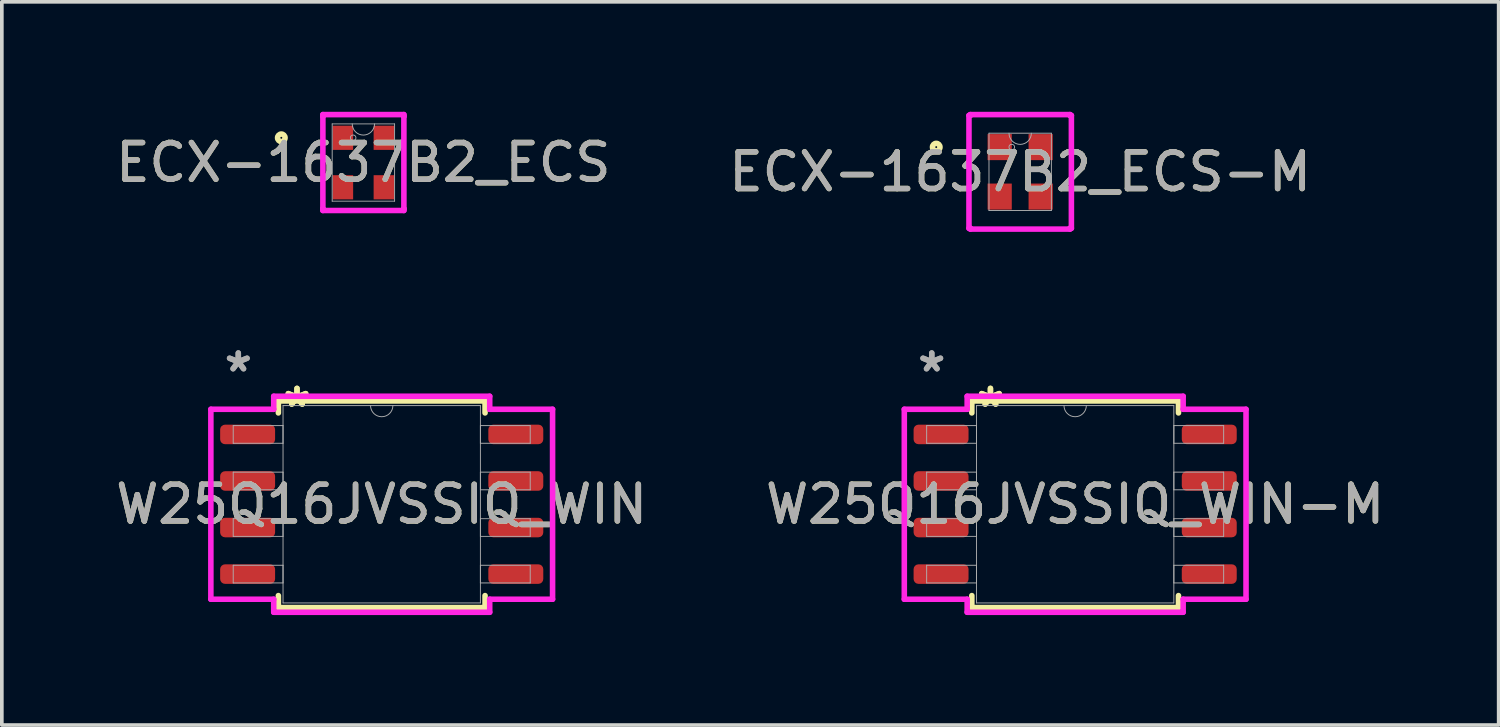
<source format=kicad_pcb>
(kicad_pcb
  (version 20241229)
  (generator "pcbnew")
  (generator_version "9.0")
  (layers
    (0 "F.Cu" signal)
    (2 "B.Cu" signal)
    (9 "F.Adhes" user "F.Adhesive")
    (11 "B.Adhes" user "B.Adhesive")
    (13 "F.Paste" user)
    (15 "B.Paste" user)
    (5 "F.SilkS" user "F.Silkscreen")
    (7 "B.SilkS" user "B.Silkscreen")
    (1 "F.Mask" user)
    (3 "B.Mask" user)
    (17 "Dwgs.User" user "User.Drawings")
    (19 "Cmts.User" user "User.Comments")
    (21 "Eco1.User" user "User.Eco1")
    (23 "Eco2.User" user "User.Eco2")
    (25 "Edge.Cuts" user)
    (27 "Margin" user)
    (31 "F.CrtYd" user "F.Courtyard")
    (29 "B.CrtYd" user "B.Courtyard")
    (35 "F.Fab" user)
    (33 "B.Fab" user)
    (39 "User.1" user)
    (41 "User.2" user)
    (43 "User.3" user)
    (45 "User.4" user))
  (footprint "W25Q16JVSSIQ_WIN-M"
    (layer "F.Cu")
    (at 26.28 10.706)
    (property "Reference" "W25Q16JVSSIQ_WIN-M" (at 0 0 0) (unlocked yes) (layer "F.SilkS") (effects (font (size 1 1) (thickness 0.15))))
    (attr smd)
    (fp_line (start -2.819 -2.819) (end -2.819 -2.492) (stroke (width 0.152) (type solid)) (layer "F.SilkS"))
    (fp_line (start -2.819 2.492) (end -2.819 2.819) (stroke (width 0.152) (type solid)) (layer "F.SilkS"))
    (fp_line (start -2.819 2.819) (end 2.819 2.819) (stroke (width 0.152) (type solid)) (layer "F.SilkS"))
    (fp_line (start 2.819 -2.819) (end -2.819 -2.819) (stroke (width 0.152) (type solid)) (layer "F.SilkS"))
    (fp_line (start 2.819 -2.492) (end 2.819 -2.819) (stroke (width 0.152) (type solid)) (layer "F.SilkS"))
    (fp_line (start 2.819 2.819) (end 2.819 2.492) (stroke (width 0.152) (type solid)) (layer "F.SilkS"))
    (fp_line (start -4.661 -2.591) (end -2.946 -2.591) (stroke (width 0.152) (type solid)) (layer "F.CrtYd"))
    (fp_line (start -4.661 2.591) (end -4.661 -2.591) (stroke (width 0.152) (type solid)) (layer "F.CrtYd"))
    (fp_line (start -4.661 2.591) (end -2.946 2.591) (stroke (width 0.152) (type solid)) (layer "F.CrtYd"))
    (fp_line (start -2.946 -2.946) (end 2.946 -2.946) (stroke (width 0.152) (type solid)) (layer "F.CrtYd"))
    (fp_line (start -2.946 -2.591) (end -2.946 -2.946) (stroke (width 0.152) (type solid)) (layer "F.CrtYd"))
    (fp_line (start -2.946 2.946) (end -2.946 2.591) (stroke (width 0.152) (type solid)) (layer "F.CrtYd"))
    (fp_line (start 2.946 -2.946) (end 2.946 -2.591) (stroke (width 0.152) (type solid)) (layer "F.CrtYd"))
    (fp_line (start 2.946 2.591) (end 2.946 2.946) (stroke (width 0.152) (type solid)) (layer "F.CrtYd"))
    (fp_line (start 2.946 2.946) (end -2.946 2.946) (stroke (width 0.152) (type solid)) (layer "F.CrtYd"))
    (fp_line (start 4.661 -2.591) (end 2.946 -2.591) (stroke (width 0.152) (type solid)) (layer "F.CrtYd"))
    (fp_line (start 4.661 -2.591) (end 4.661 2.591) (stroke (width 0.152) (type solid)) (layer "F.CrtYd"))
    (fp_line (start 4.661 2.591) (end 2.946 2.591) (stroke (width 0.152) (type solid)) (layer "F.CrtYd"))
    (fp_line (start -4.051 -2.146) (end -4.051 -1.664) (stroke (width 0.025) (type solid)) (layer "F.Fab"))
    (fp_line (start -4.051 -1.664) (end -2.692 -1.664) (stroke (width 0.025) (type solid)) (layer "F.Fab"))
    (fp_line (start -4.051 -0.876) (end -4.051 -0.394) (stroke (width 0.025) (type solid)) (layer "F.Fab"))
    (fp_line (start -4.051 -0.394) (end -2.692 -0.394) (stroke (width 0.025) (type solid)) (layer "F.Fab"))
    (fp_line (start -4.051 0.394) (end -4.051 0.876) (stroke (width 0.025) (type solid)) (layer "F.Fab"))
    (fp_line (start -4.051 0.876) (end -2.692 0.876) (stroke (width 0.025) (type solid)) (layer "F.Fab"))
    (fp_line (start -4.051 1.664) (end -4.051 2.146) (stroke (width 0.025) (type solid)) (layer "F.Fab"))
    (fp_line (start -4.051 2.146) (end -2.692 2.146) (stroke (width 0.025) (type solid)) (layer "F.Fab"))
    (fp_line (start -2.692 -2.692) (end -2.692 2.692) (stroke (width 0.025) (type solid)) (layer "F.Fab"))
    (fp_line (start -2.692 -2.146) (end -4.051 -2.146) (stroke (width 0.025) (type solid)) (layer "F.Fab"))
    (fp_line (start -2.692 -1.664) (end -2.692 -2.146) (stroke (width 0.025) (type solid)) (layer "F.Fab"))
    (fp_line (start -2.692 -0.876) (end -4.051 -0.876) (stroke (width 0.025) (type solid)) (layer "F.Fab"))
    (fp_line (start -2.692 -0.394) (end -2.692 -0.876) (stroke (width 0.025) (type solid)) (layer "F.Fab"))
    (fp_line (start -2.692 0.394) (end -4.051 0.394) (stroke (width 0.025) (type solid)) (layer "F.Fab"))
    (fp_line (start -2.692 0.876) (end -2.692 0.394) (stroke (width 0.025) (type solid)) (layer "F.Fab"))
    (fp_line (start -2.692 1.664) (end -4.051 1.664) (stroke (width 0.025) (type solid)) (layer "F.Fab"))
    (fp_line (start -2.692 2.146) (end -2.692 1.664) (stroke (width 0.025) (type solid)) (layer "F.Fab"))
    (fp_line (start -2.692 2.692) (end 2.692 2.692) (stroke (width 0.025) (type solid)) (layer "F.Fab"))
    (fp_line (start 2.692 -2.692) (end -2.692 -2.692) (stroke (width 0.025) (type solid)) (layer "F.Fab"))
    (fp_line (start 2.692 -2.146) (end 2.692 -1.664) (stroke (width 0.025) (type solid)) (layer "F.Fab"))
    (fp_line (start 2.692 -1.664) (end 4.051 -1.664) (stroke (width 0.025) (type solid)) (layer "F.Fab"))
    (fp_line (start 2.692 -0.876) (end 2.692 -0.394) (stroke (width 0.025) (type solid)) (layer "F.Fab"))
    (fp_line (start 2.692 -0.394) (end 4.051 -0.394) (stroke (width 0.025) (type solid)) (layer "F.Fab"))
    (fp_line (start 2.692 0.394) (end 2.692 0.876) (stroke (width 0.025) (type solid)) (layer "F.Fab"))
    (fp_line (start 2.692 0.876) (end 4.051 0.876) (stroke (width 0.025) (type solid)) (layer "F.Fab"))
    (fp_line (start 2.692 1.664) (end 2.692 2.146) (stroke (width 0.025) (type solid)) (layer "F.Fab"))
    (fp_line (start 2.692 2.146) (end 4.051 2.146) (stroke (width 0.025) (type solid)) (layer "F.Fab"))
    (fp_line (start 2.692 2.692) (end 2.692 -2.692) (stroke (width 0.025) (type solid)) (layer "F.Fab"))
    (fp_line (start 4.051 -2.146) (end 2.692 -2.146) (stroke (width 0.025) (type solid)) (layer "F.Fab"))
    (fp_line (start 4.051 -1.664) (end 4.051 -2.146) (stroke (width 0.025) (type solid)) (layer "F.Fab"))
    (fp_line (start 4.051 -0.876) (end 2.692 -0.876) (stroke (width 0.025) (type solid)) (layer "F.Fab"))
    (fp_line (start 4.051 -0.394) (end 4.051 -0.876) (stroke (width 0.025) (type solid)) (layer "F.Fab"))
    (fp_line (start 4.051 0.394) (end 2.692 0.394) (stroke (width 0.025) (type solid)) (layer "F.Fab"))
    (fp_line (start 4.051 0.876) (end 4.051 0.394) (stroke (width 0.025) (type solid)) (layer "F.Fab"))
    (fp_line (start 4.051 1.664) (end 2.692 1.664) (stroke (width 0.025) (type solid)) (layer "F.Fab"))
    (fp_line (start 4.051 2.146) (end 4.051 1.664) (stroke (width 0.025) (type solid)) (layer "F.Fab"))
    (fp_arc (start 0.3048 -2.6924) (mid 0 -2.3876) (end -0.3048 -2.6924) (stroke (width 0.0254) (type solid)) (layer "F.Fab"))
    (fp_text user "*" (at -2.311 -2.616 0) (layer "F.SilkS") (effects (font (size 1 1) (thickness 0.15))))
    (fp_text user "*" (at -2.311 -2.616 0) (unlocked yes) (layer "F.SilkS") (effects (font (size 1 1) (thickness 0.15))))
    (fp_text user "*" (at -3.912 -3.581 0) (layer "F.Fab") (effects (font (size 1 1) (thickness 0.15))))
    (fp_text user "${REFERENCE}" (at 0 0 0) (unlocked yes) (layer "F.Fab") (effects (font (size 1 1) (thickness 0.15))))
    (fp_text user "*" (at -3.912 -3.581 0) (unlocked yes) (layer "F.Fab") (effects (font (size 1 1) (thickness 0.15))))
    (pad "1" smd roundrect (at -3.658 -1.905) (size 1.499 0.533) (layers "F.Cu" "F.Mask" "F.Paste") (roundrect_rratio 0.25))
    (pad "2" smd roundrect (at -3.658 -0.635) (size 1.499 0.533) (layers "F.Cu" "F.Mask" "F.Paste") (roundrect_rratio 0.25))
    (pad "3" smd roundrect (at -3.658 0.635) (size 1.499 0.533) (layers "F.Cu" "F.Mask" "F.Paste") (roundrect_rratio 0.25))
    (pad "4" smd roundrect (at -3.658 1.905) (size 1.499 0.533) (layers "F.Cu" "F.Mask" "F.Paste") (roundrect_rratio 0.25))
    (pad "5" smd roundrect (at 3.658 1.905) (size 1.499 0.533) (layers "F.Cu" "F.Mask" "F.Paste") (roundrect_rratio 0.25))
    (pad "6" smd roundrect (at 3.658 0.635) (size 1.499 0.533) (layers "F.Cu" "F.Mask" "F.Paste") (roundrect_rratio 0.25))
    (pad "7" smd roundrect (at 3.658 -0.635) (size 1.499 0.533) (layers "F.Cu" "F.Mask" "F.Paste") (roundrect_rratio 0.25))
    (pad "8" smd roundrect (at 3.658 -1.905) (size 1.499 0.533) (layers "F.Cu" "F.Mask" "F.Paste") (roundrect_rratio 0.25)))
  (footprint "ECX-1637B2_ECS-M"
    (layer "F.Cu")
    (at 24.78 1.638)
    (property "Reference" "ECX-1637B2_ECS-M" (at 0 0 0) (unlocked yes) (layer "F.SilkS") (effects (font (size 1 1) (thickness 0.15))))
    (attr smd)
    (fp_circle (center -2.29 -0.675) (end -2.188 -0.675) (stroke (width 0.152) (type solid)) (fill no) (layer "F.SilkS"))
    (fp_line (start -1.397 -1.539) (end -1.359 -1.539) (stroke (width 0.152) (type solid)) (layer "F.CrtYd"))
    (fp_line (start -1.397 1.539) (end -1.397 -1.539) (stroke (width 0.152) (type solid)) (layer "F.CrtYd"))
    (fp_line (start -1.397 1.539) (end -1.359 1.539) (stroke (width 0.152) (type solid)) (layer "F.CrtYd"))
    (fp_line (start -1.359 -1.562) (end 1.359 -1.562) (stroke (width 0.152) (type solid)) (layer "F.CrtYd"))
    (fp_line (start -1.359 -1.539) (end -1.359 -1.562) (stroke (width 0.152) (type solid)) (layer "F.CrtYd"))
    (fp_line (start -1.359 1.562) (end -1.359 1.539) (stroke (width 0.152) (type solid)) (layer "F.CrtYd"))
    (fp_line (start 1.359 -1.562) (end 1.359 -1.539) (stroke (width 0.152) (type solid)) (layer "F.CrtYd"))
    (fp_line (start 1.359 1.539) (end 1.359 1.562) (stroke (width 0.152) (type solid)) (layer "F.CrtYd"))
    (fp_line (start 1.359 1.562) (end -1.359 1.562) (stroke (width 0.152) (type solid)) (layer "F.CrtYd"))
    (fp_line (start 1.397 -1.539) (end 1.359 -1.539) (stroke (width 0.152) (type solid)) (layer "F.CrtYd"))
    (fp_line (start 1.397 -1.539) (end 1.397 1.539) (stroke (width 0.152) (type solid)) (layer "F.CrtYd"))
    (fp_line (start 1.397 1.539) (end 1.359 1.539) (stroke (width 0.152) (type solid)) (layer "F.CrtYd"))
    (fp_line (start -0.851 -1.054) (end -0.851 1.054) (stroke (width 0.025) (type solid)) (layer "F.Fab"))
    (fp_line (start -0.851 1.054) (end 0.851 1.054) (stroke (width 0.025) (type solid)) (layer "F.Fab"))
    (fp_line (start 0.851 -1.054) (end -0.851 -1.054) (stroke (width 0.025) (type solid)) (layer "F.Fab"))
    (fp_line (start 0.851 1.054) (end 0.851 -1.054) (stroke (width 0.025) (type solid)) (layer "F.Fab"))
    (fp_arc (start 0.3048 -1.0541) (mid 0 -0.7493) (end -0.3048 -1.0541) (stroke (width 0.0254) (type solid)) (layer "F.Fab"))
    (fp_circle (center -0.229 -0.675) (end -0.152 -0.675) (stroke (width 0.025) (type solid)) (fill no) (layer "F.Fab"))
    (fp_text user "${REFERENCE}" (at 0 0 0) (unlocked yes) (layer "F.Fab") (effects (font (size 1 1) (thickness 0.15))))
    (pad "1" smd rect (at -0.559 -0.675) (size 0.66 0.711) (layers "F.Cu" "F.Mask" "F.Paste"))
    (pad "2" smd rect (at -0.559 0.675) (size 0.66 0.711) (layers "F.Cu" "F.Mask" "F.Paste"))
    (pad "3" smd rect (at 0.559 0.675) (size 0.66 0.711) (layers "F.Cu" "F.Mask" "F.Paste"))
    (pad "4" smd rect (at 0.559 -0.675) (size 0.66 0.711) (layers "F.Cu" "F.Mask" "F.Paste")))
  (footprint "ECX-1637B2_ECS"
    (layer "F.Cu")
    (at 6.863 1.384)
    (property "Reference" "ECX-1637B2_ECS" (at 0 0 0) (unlocked yes) (layer "F.SilkS") (effects (font (size 1 1) (thickness 0.15))))
    (attr smd)
    (fp_circle (center -2.239 -0.675) (end -2.137 -0.675) (stroke (width 0.152) (type solid)) (fill no) (layer "F.SilkS"))
    (fp_line (start -1.105 -1.308) (end 1.105 -1.308) (stroke (width 0.152) (type solid)) (layer "F.CrtYd"))
    (fp_line (start -1.105 -1.259) (end -1.105 -1.308) (stroke (width 0.152) (type solid)) (layer "F.CrtYd"))
    (fp_line (start -1.105 -1.259) (end -1.105 -1.259) (stroke (width 0.152) (type solid)) (layer "F.CrtYd"))
    (fp_line (start -1.105 1.259) (end -1.105 -1.259) (stroke (width 0.152) (type solid)) (layer "F.CrtYd"))
    (fp_line (start -1.105 1.259) (end -1.105 1.259) (stroke (width 0.152) (type solid)) (layer "F.CrtYd"))
    (fp_line (start -1.105 1.308) (end -1.105 1.259) (stroke (width 0.152) (type solid)) (layer "F.CrtYd"))
    (fp_line (start 1.105 -1.308) (end 1.105 -1.259) (stroke (width 0.152) (type solid)) (layer "F.CrtYd"))
    (fp_line (start 1.105 -1.259) (end 1.105 -1.259) (stroke (width 0.152) (type solid)) (layer "F.CrtYd"))
    (fp_line (start 1.105 -1.259) (end 1.105 1.259) (stroke (width 0.152) (type solid)) (layer "F.CrtYd"))
    (fp_line (start 1.105 1.259) (end 1.105 1.259) (stroke (width 0.152) (type solid)) (layer "F.CrtYd"))
    (fp_line (start 1.105 1.259) (end 1.105 1.308) (stroke (width 0.152) (type solid)) (layer "F.CrtYd"))
    (fp_line (start 1.105 1.308) (end -1.105 1.308) (stroke (width 0.152) (type solid)) (layer "F.CrtYd"))
    (fp_line (start -0.851 -1.054) (end -0.851 1.054) (stroke (width 0.025) (type solid)) (layer "F.Fab"))
    (fp_line (start -0.851 1.054) (end 0.851 1.054) (stroke (width 0.025) (type solid)) (layer "F.Fab"))
    (fp_line (start 0.851 -1.054) (end -0.851 -1.054) (stroke (width 0.025) (type solid)) (layer "F.Fab"))
    (fp_line (start 0.851 1.054) (end 0.851 -1.054) (stroke (width 0.025) (type solid)) (layer "F.Fab"))
    (fp_arc (start 0.3048 -1.0541) (mid 0 -0.7493) (end -0.3048 -1.0541) (stroke (width 0.0254) (type solid)) (layer "F.Fab"))
    (fp_circle (center -0.279 -0.675) (end -0.203 -0.675) (stroke (width 0.025) (type solid)) (fill no) (layer "F.Fab"))
    (fp_text user "${REFERENCE}" (at 0 0 0) (unlocked yes) (layer "F.Fab") (effects (font (size 1 1) (thickness 0.15))))
    (pad "1" smd rect (at -0.559 -0.675) (size 0.559 0.66) (layers "F.Cu" "F.Mask" "F.Paste"))
    (pad "2" smd rect (at -0.559 0.675) (size 0.559 0.66) (layers "F.Cu" "F.Mask" "F.Paste"))
    (pad "3" smd rect (at 0.559 0.675) (size 0.559 0.66) (layers "F.Cu" "F.Mask" "F.Paste"))
    (pad "4" smd rect (at 0.559 -0.675) (size 0.559 0.66) (layers "F.Cu" "F.Mask" "F.Paste")))
  (footprint "W25Q16JVSSIQ_WIN"
    (layer "F.Cu")
    (at 7.363 10.706)
    (property "Reference" "W25Q16JVSSIQ_WIN" (at 0 0 0) (unlocked yes) (layer "F.SilkS") (effects (font (size 1 1) (thickness 0.15))))
    (attr smd)
    (fp_line (start -2.819 -2.819) (end -2.819 -2.492) (stroke (width 0.152) (type solid)) (layer "F.SilkS"))
    (fp_line (start -2.819 2.492) (end -2.819 2.819) (stroke (width 0.152) (type solid)) (layer "F.SilkS"))
    (fp_line (start -2.819 2.819) (end 2.819 2.819) (stroke (width 0.152) (type solid)) (layer "F.SilkS"))
    (fp_line (start 2.819 -2.819) (end -2.819 -2.819) (stroke (width 0.152) (type solid)) (layer "F.SilkS"))
    (fp_line (start 2.819 -2.492) (end 2.819 -2.819) (stroke (width 0.152) (type solid)) (layer "F.SilkS"))
    (fp_line (start 2.819 2.819) (end 2.819 2.492) (stroke (width 0.152) (type solid)) (layer "F.SilkS"))
    (fp_line (start -4.661 -2.591) (end -2.946 -2.591) (stroke (width 0.152) (type solid)) (layer "F.CrtYd"))
    (fp_line (start -4.661 2.591) (end -4.661 -2.591) (stroke (width 0.152) (type solid)) (layer "F.CrtYd"))
    (fp_line (start -4.661 2.591) (end -2.946 2.591) (stroke (width 0.152) (type solid)) (layer "F.CrtYd"))
    (fp_line (start -2.946 -2.946) (end 2.946 -2.946) (stroke (width 0.152) (type solid)) (layer "F.CrtYd"))
    (fp_line (start -2.946 -2.591) (end -2.946 -2.946) (stroke (width 0.152) (type solid)) (layer "F.CrtYd"))
    (fp_line (start -2.946 2.946) (end -2.946 2.591) (stroke (width 0.152) (type solid)) (layer "F.CrtYd"))
    (fp_line (start 2.946 -2.946) (end 2.946 -2.591) (stroke (width 0.152) (type solid)) (layer "F.CrtYd"))
    (fp_line (start 2.946 2.591) (end 2.946 2.946) (stroke (width 0.152) (type solid)) (layer "F.CrtYd"))
    (fp_line (start 2.946 2.946) (end -2.946 2.946) (stroke (width 0.152) (type solid)) (layer "F.CrtYd"))
    (fp_line (start 4.661 -2.591) (end 2.946 -2.591) (stroke (width 0.152) (type solid)) (layer "F.CrtYd"))
    (fp_line (start 4.661 -2.591) (end 4.661 2.591) (stroke (width 0.152) (type solid)) (layer "F.CrtYd"))
    (fp_line (start 4.661 2.591) (end 2.946 2.591) (stroke (width 0.152) (type solid)) (layer "F.CrtYd"))
    (fp_line (start -4.051 -2.146) (end -4.051 -1.664) (stroke (width 0.025) (type solid)) (layer "F.Fab"))
    (fp_line (start -4.051 -1.664) (end -2.692 -1.664) (stroke (width 0.025) (type solid)) (layer "F.Fab"))
    (fp_line (start -4.051 -0.876) (end -4.051 -0.394) (stroke (width 0.025) (type solid)) (layer "F.Fab"))
    (fp_line (start -4.051 -0.394) (end -2.692 -0.394) (stroke (width 0.025) (type solid)) (layer "F.Fab"))
    (fp_line (start -4.051 0.394) (end -4.051 0.876) (stroke (width 0.025) (type solid)) (layer "F.Fab"))
    (fp_line (start -4.051 0.876) (end -2.692 0.876) (stroke (width 0.025) (type solid)) (layer "F.Fab"))
    (fp_line (start -4.051 1.664) (end -4.051 2.146) (stroke (width 0.025) (type solid)) (layer "F.Fab"))
    (fp_line (start -4.051 2.146) (end -2.692 2.146) (stroke (width 0.025) (type solid)) (layer "F.Fab"))
    (fp_line (start -2.692 -2.692) (end -2.692 2.692) (stroke (width 0.025) (type solid)) (layer "F.Fab"))
    (fp_line (start -2.692 -2.146) (end -4.051 -2.146) (stroke (width 0.025) (type solid)) (layer "F.Fab"))
    (fp_line (start -2.692 -1.664) (end -2.692 -2.146) (stroke (width 0.025) (type solid)) (layer "F.Fab"))
    (fp_line (start -2.692 -0.876) (end -4.051 -0.876) (stroke (width 0.025) (type solid)) (layer "F.Fab"))
    (fp_line (start -2.692 -0.394) (end -2.692 -0.876) (stroke (width 0.025) (type solid)) (layer "F.Fab"))
    (fp_line (start -2.692 0.394) (end -4.051 0.394) (stroke (width 0.025) (type solid)) (layer "F.Fab"))
    (fp_line (start -2.692 0.876) (end -2.692 0.394) (stroke (width 0.025) (type solid)) (layer "F.Fab"))
    (fp_line (start -2.692 1.664) (end -4.051 1.664) (stroke (width 0.025) (type solid)) (layer "F.Fab"))
    (fp_line (start -2.692 2.146) (end -2.692 1.664) (stroke (width 0.025) (type solid)) (layer "F.Fab"))
    (fp_line (start -2.692 2.692) (end 2.692 2.692) (stroke (width 0.025) (type solid)) (layer "F.Fab"))
    (fp_line (start 2.692 -2.692) (end -2.692 -2.692) (stroke (width 0.025) (type solid)) (layer "F.Fab"))
    (fp_line (start 2.692 -2.146) (end 2.692 -1.664) (stroke (width 0.025) (type solid)) (layer "F.Fab"))
    (fp_line (start 2.692 -1.664) (end 4.051 -1.664) (stroke (width 0.025) (type solid)) (layer "F.Fab"))
    (fp_line (start 2.692 -0.876) (end 2.692 -0.394) (stroke (width 0.025) (type solid)) (layer "F.Fab"))
    (fp_line (start 2.692 -0.394) (end 4.051 -0.394) (stroke (width 0.025) (type solid)) (layer "F.Fab"))
    (fp_line (start 2.692 0.394) (end 2.692 0.876) (stroke (width 0.025) (type solid)) (layer "F.Fab"))
    (fp_line (start 2.692 0.876) (end 4.051 0.876) (stroke (width 0.025) (type solid)) (layer "F.Fab"))
    (fp_line (start 2.692 1.664) (end 2.692 2.146) (stroke (width 0.025) (type solid)) (layer "F.Fab"))
    (fp_line (start 2.692 2.146) (end 4.051 2.146) (stroke (width 0.025) (type solid)) (layer "F.Fab"))
    (fp_line (start 2.692 2.692) (end 2.692 -2.692) (stroke (width 0.025) (type solid)) (layer "F.Fab"))
    (fp_line (start 4.051 -2.146) (end 2.692 -2.146) (stroke (width 0.025) (type solid)) (layer "F.Fab"))
    (fp_line (start 4.051 -1.664) (end 4.051 -2.146) (stroke (width 0.025) (type solid)) (layer "F.Fab"))
    (fp_line (start 4.051 -0.876) (end 2.692 -0.876) (stroke (width 0.025) (type solid)) (layer "F.Fab"))
    (fp_line (start 4.051 -0.394) (end 4.051 -0.876) (stroke (width 0.025) (type solid)) (layer "F.Fab"))
    (fp_line (start 4.051 0.394) (end 2.692 0.394) (stroke (width 0.025) (type solid)) (layer "F.Fab"))
    (fp_line (start 4.051 0.876) (end 4.051 0.394) (stroke (width 0.025) (type solid)) (layer "F.Fab"))
    (fp_line (start 4.051 1.664) (end 2.692 1.664) (stroke (width 0.025) (type solid)) (layer "F.Fab"))
    (fp_line (start 4.051 2.146) (end 4.051 1.664) (stroke (width 0.025) (type solid)) (layer "F.Fab"))
    (fp_arc (start 0.3048 -2.6924) (mid 0 -2.3876) (end -0.3048 -2.6924) (stroke (width 0.0254) (type solid)) (layer "F.Fab"))
    (fp_text user "*" (at -2.311 -2.616 0) (unlocked yes) (layer "F.SilkS") (effects (font (size 1 1) (thickness 0.15))))
    (fp_text user "*" (at -2.311 -2.616 0) (layer "F.SilkS") (effects (font (size 1 1) (thickness 0.15))))
    (fp_text user "*" (at -3.912 -3.581 0) (unlocked yes) (layer "F.Fab") (effects (font (size 1 1) (thickness 0.15))))
    (fp_text user "*" (at -3.912 -3.581 0) (layer "F.Fab") (effects (font (size 1 1) (thickness 0.15))))
    (fp_text user "${REFERENCE}" (at 0 0 0) (unlocked yes) (layer "F.Fab") (effects (font (size 1 1) (thickness 0.15))))
    (pad "1" smd roundrect (at -3.658 -1.905) (size 1.499 0.533) (layers "F.Cu" "F.Mask" "F.Paste") (roundrect_rratio 0.25))
    (pad "2" smd roundrect (at -3.658 -0.635) (size 1.499 0.533) (layers "F.Cu" "F.Mask" "F.Paste") (roundrect_rratio 0.25))
    (pad "3" smd roundrect (at -3.658 0.635) (size 1.499 0.533) (layers "F.Cu" "F.Mask" "F.Paste") (roundrect_rratio 0.25))
    (pad "4" smd roundrect (at -3.658 1.905) (size 1.499 0.533) (layers "F.Cu" "F.Mask" "F.Paste") (roundrect_rratio 0.25))
    (pad "5" smd roundrect (at 3.658 1.905) (size 1.499 0.533) (layers "F.Cu" "F.Mask" "F.Paste") (roundrect_rratio 0.25))
    (pad "6" smd roundrect (at 3.658 0.635) (size 1.499 0.533) (layers "F.Cu" "F.Mask" "F.Paste") (roundrect_rratio 0.25))
    (pad "7" smd roundrect (at 3.658 -0.635) (size 1.499 0.533) (layers "F.Cu" "F.Mask" "F.Paste") (roundrect_rratio 0.25))
    (pad "8" smd roundrect (at 3.658 -1.905) (size 1.499 0.533) (layers "F.Cu" "F.Mask" "F.Paste") (roundrect_rratio 0.25)))
  (gr_rect
    (start -3 -3)
    (end 37.833 16.729)
    (stroke (width 0.1) (type default))
    (fill no)
    (layer "Edge.Cuts")))
</source>
